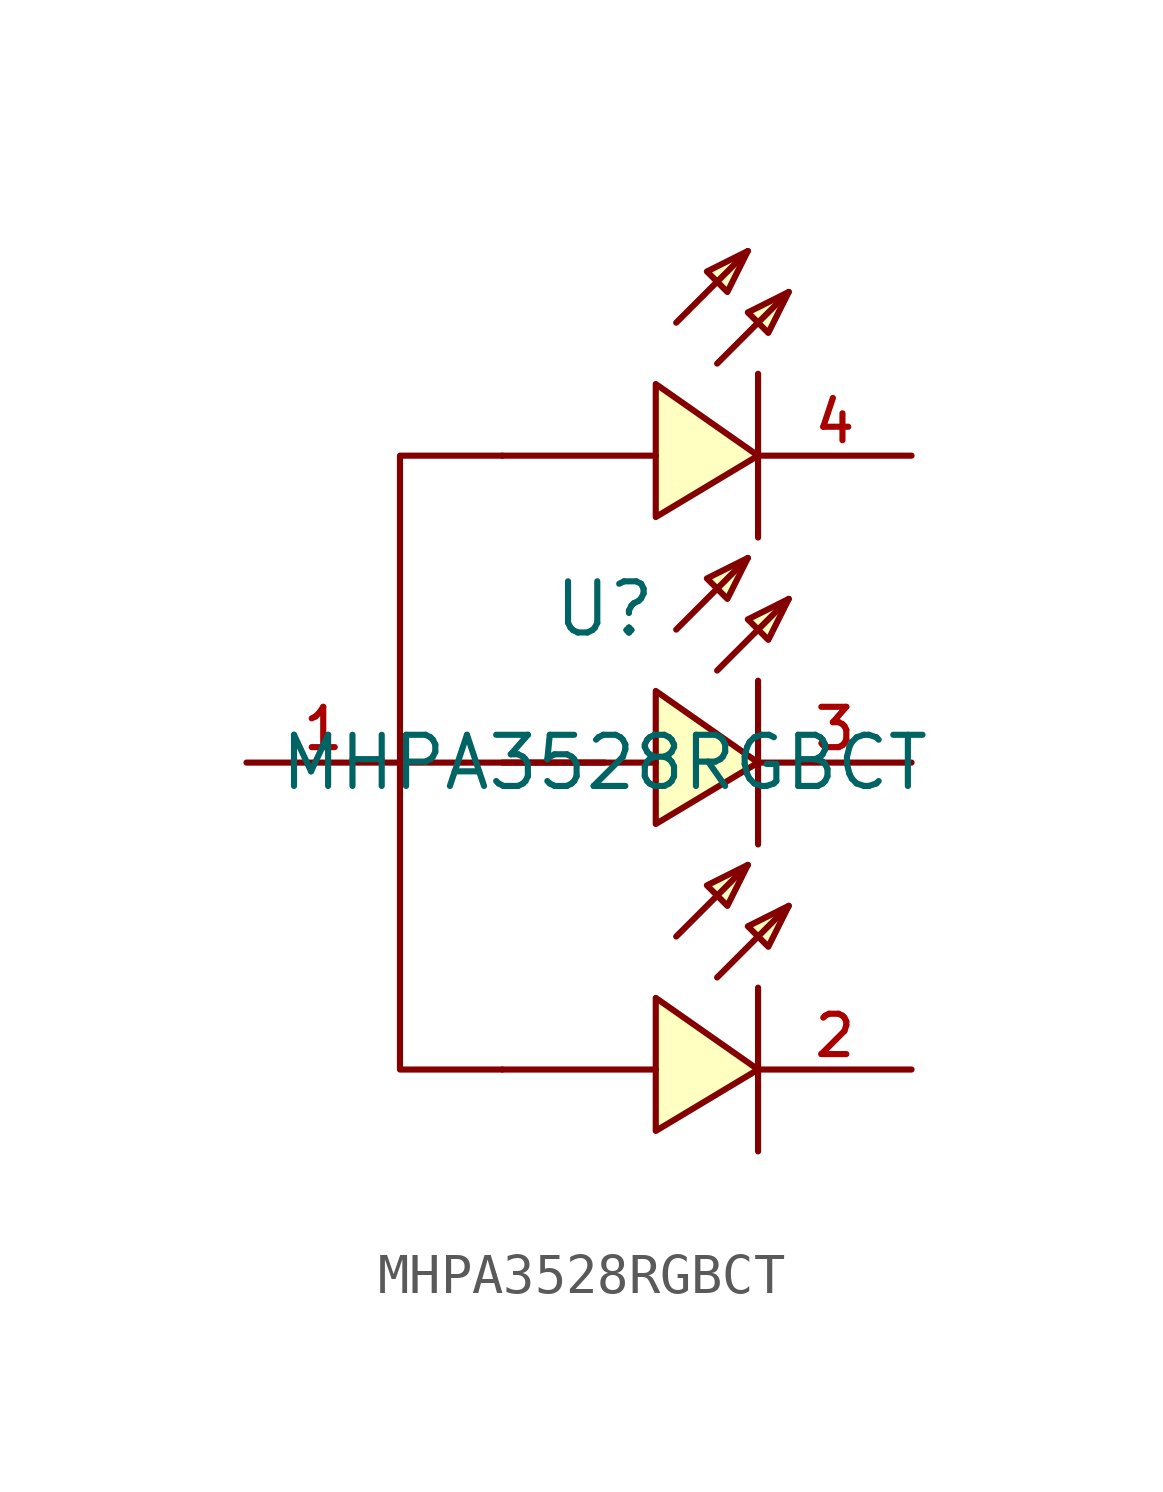
<source format=kicad_sym>
(kicad_symbol_lib
  (version 20210201)
  (generator TousstNicolas/JLC2KiCad_lib)
  (symbol "MHPA3528RGBCT"
    (pin_names hide)
    (property "Reference" "U"
      (at 0 1.27 0)
      (effects (font (size 1.27 1.27))))
    (property "Value" "MHPA3528RGBCT"
      (at 0 -2.54 0)
      (effects (font (size 1.27 1.27))))
    (symbol "MHPA3528RGBCT_0_1"
      (polyline (pts (xy 1.27 -11.684) (xy 3.81 -10.16) (xy 1.27 -8.382) (xy 1.27 -11.684)) (stroke (width 0) (type default) (color 0 0 0 0)) (fill (type background)))
      (polyline (pts (xy 3.81 -8.128) (xy 3.81 -12.192)) (stroke (width 0) (type default) (color 0 0 0 0)) (fill (type none)))
      (polyline (pts (xy 1.778 -6.858) (xy 3.556 -5.08)) (stroke (width 0) (type default) (color 0 0 0 0)) (fill (type none)))
      (polyline (pts (xy 2.794 -7.874) (xy 4.572 -6.096)) (stroke (width 0) (type default) (color 0 0 0 0)) (fill (type none)))
      (pin unspecified line (at -8.89 -2.54 0) (length 3.81) (name "-" (effects (font (size 1 1)))) (number "1" (effects (font (size 1 1)))))
      (polyline (pts (xy 3.556 -5.08) (xy 2.54 -5.588) (xy 3.048 -6.096) (xy 3.556 -5.08)) (stroke (width 0) (type default) (color 0 0 0 0)) (fill (type background)))
      (polyline (pts (xy 4.572 -6.096) (xy 3.556 -6.604) (xy 4.064 -7.112) (xy 4.572 -6.096)) (stroke (width 0) (type default) (color 0 0 0 0)) (fill (type background)))
      (polyline (pts (xy 1.27 -4.064) (xy 3.81 -2.54) (xy 1.27 -0.762) (xy 1.27 -4.064)) (stroke (width 0) (type default) (color 0 0 0 0)) (fill (type background)))
      (polyline (pts (xy 3.81 -0.508) (xy 3.81 -4.572)) (stroke (width 0) (type default) (color 0 0 0 0)) (fill (type none)))
      (polyline (pts (xy 1.778 0.762) (xy 3.556 2.54)) (stroke (width 0) (type default) (color 0 0 0 0)) (fill (type none)))
      (polyline (pts (xy 2.794 -0.254) (xy 4.572 1.524)) (stroke (width 0) (type default) (color 0 0 0 0)) (fill (type none)))
      (pin unspecified line (at 7.62 -10.16 180) (length 3.81) (name "-" (effects (font (size 1 1)))) (number "2" (effects (font (size 1 1)))))
      (polyline (pts (xy 3.556 2.54) (xy 2.54 2.032) (xy 3.048 1.524) (xy 3.556 2.54)) (stroke (width 0) (type default) (color 0 0 0 0)) (fill (type background)))
      (polyline (pts (xy 4.572 1.524) (xy 3.556 1.016) (xy 4.064 0.508) (xy 4.572 1.524)) (stroke (width 0) (type default) (color 0 0 0 0)) (fill (type background)))
      (polyline (pts (xy 4.572 9.144) (xy 3.556 8.636) (xy 4.064 8.128) (xy 4.572 9.144)) (stroke (width 0) (type default) (color 0 0 0 0)) (fill (type background)))
      (polyline (pts (xy 3.556 10.16) (xy 2.54 9.652) (xy 3.048 9.144) (xy 3.556 10.16)) (stroke (width 0) (type default) (color 0 0 0 0)) (fill (type background)))
      (pin unspecified line (at 7.62 -2.54 180) (length 3.81) (name "-" (effects (font (size 1 1)))) (number "3" (effects (font (size 1 1)))))
      (polyline (pts (xy 2.794 7.366) (xy 4.572 9.144)) (stroke (width 0) (type default) (color 0 0 0 0)) (fill (type none)))
      (polyline (pts (xy 1.778 8.382) (xy 3.556 10.16)) (stroke (width 0) (type default) (color 0 0 0 0)) (fill (type none)))
      (pin unspecified line (at 7.62 5.08 180) (length 3.81) (name "-" (effects (font (size 1 1)))) (number "4" (effects (font (size 1 1)))))
      (polyline (pts (xy 3.81 7.112) (xy 3.81 3.048)) (stroke (width 0) (type default) (color 0 0 0 0)) (fill (type none)))
      (polyline (pts (xy 1.27 3.556) (xy 3.81 5.08) (xy 1.27 6.858) (xy 1.27 3.556)) (stroke (width 0) (type default) (color 0 0 0 0)) (fill (type background)))
      (polyline (pts (xy -2.54 5.08) (xy -5.08 5.08) (xy -5.08 -10.16) (xy -2.54 -10.16)) (stroke (width 0) (type default) (color 0 0 0 0)) (fill (type none)))
      (polyline (pts (xy -2.54 -2.54) (xy 0.0 -2.54)) (stroke (width 0) (type default) (color 0 0 0 0)) (fill (type none)))
      (polyline (pts (xy -2.54 5.08) (xy 1.27 5.08)) (stroke (width 0) (type default) (color 0 0 0 0)) (fill (type none)))
      (polyline (pts (xy -5.08 -2.54) (xy 1.27 -2.54)) (stroke (width 0) (type default) (color 0 0 0 0)) (fill (type none)))
      (polyline (pts (xy -2.54 -10.16) (xy 1.27 -10.16)) (stroke (width 0) (type default) (color 0 0 0 0)) (fill (type none))))))
</source>
